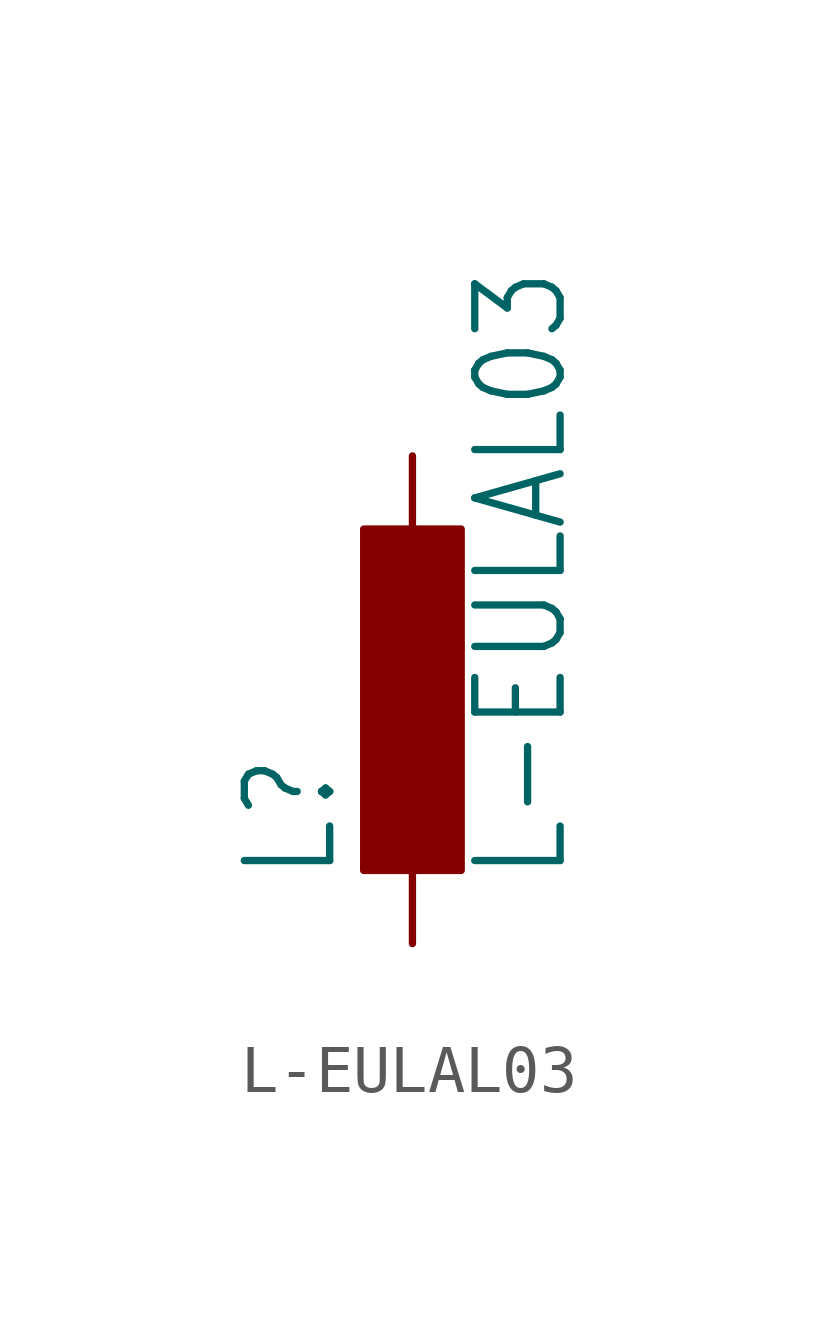
<source format=kicad_sym>
(kicad_symbol_lib
  (version 20211014)
  (generator kicad_symbol_editor)
  (symbol "L-EULAL03"
    (property "Reference" "L"
      (at -1.499 -3.81 90)
      (effects (font (size 1.778 1.511)) (justify left bottom)))
    (property "Value" "L-EULAL03"
      (at 3.302 -3.81 90)
      (effects (font (size 1.778 1.511)) (justify left bottom)))
    (property "ki_locked" ""
      (at 0 0 0)
      (effects (font (size 1.27 1.27))))
    (symbol "L-EULAL03_1_0"
      (rectangle (start -1.016 -3.556) (end 1.016 3.556) (stroke (width 0) (type default) (color 0 0 0 0)) (fill (type outline)))
      (pin passive line (at 0 5.08 270) (length 2.54) (name "1" (effects (font (size 0 0)))) (number "1" (effects (font (size 0 0)))))
      (pin passive line (at 0 -5.08 90) (length 2.54) (name "2" (effects (font (size 0 0)))) (number "2" (effects (font (size 0 0))))))))
</source>
